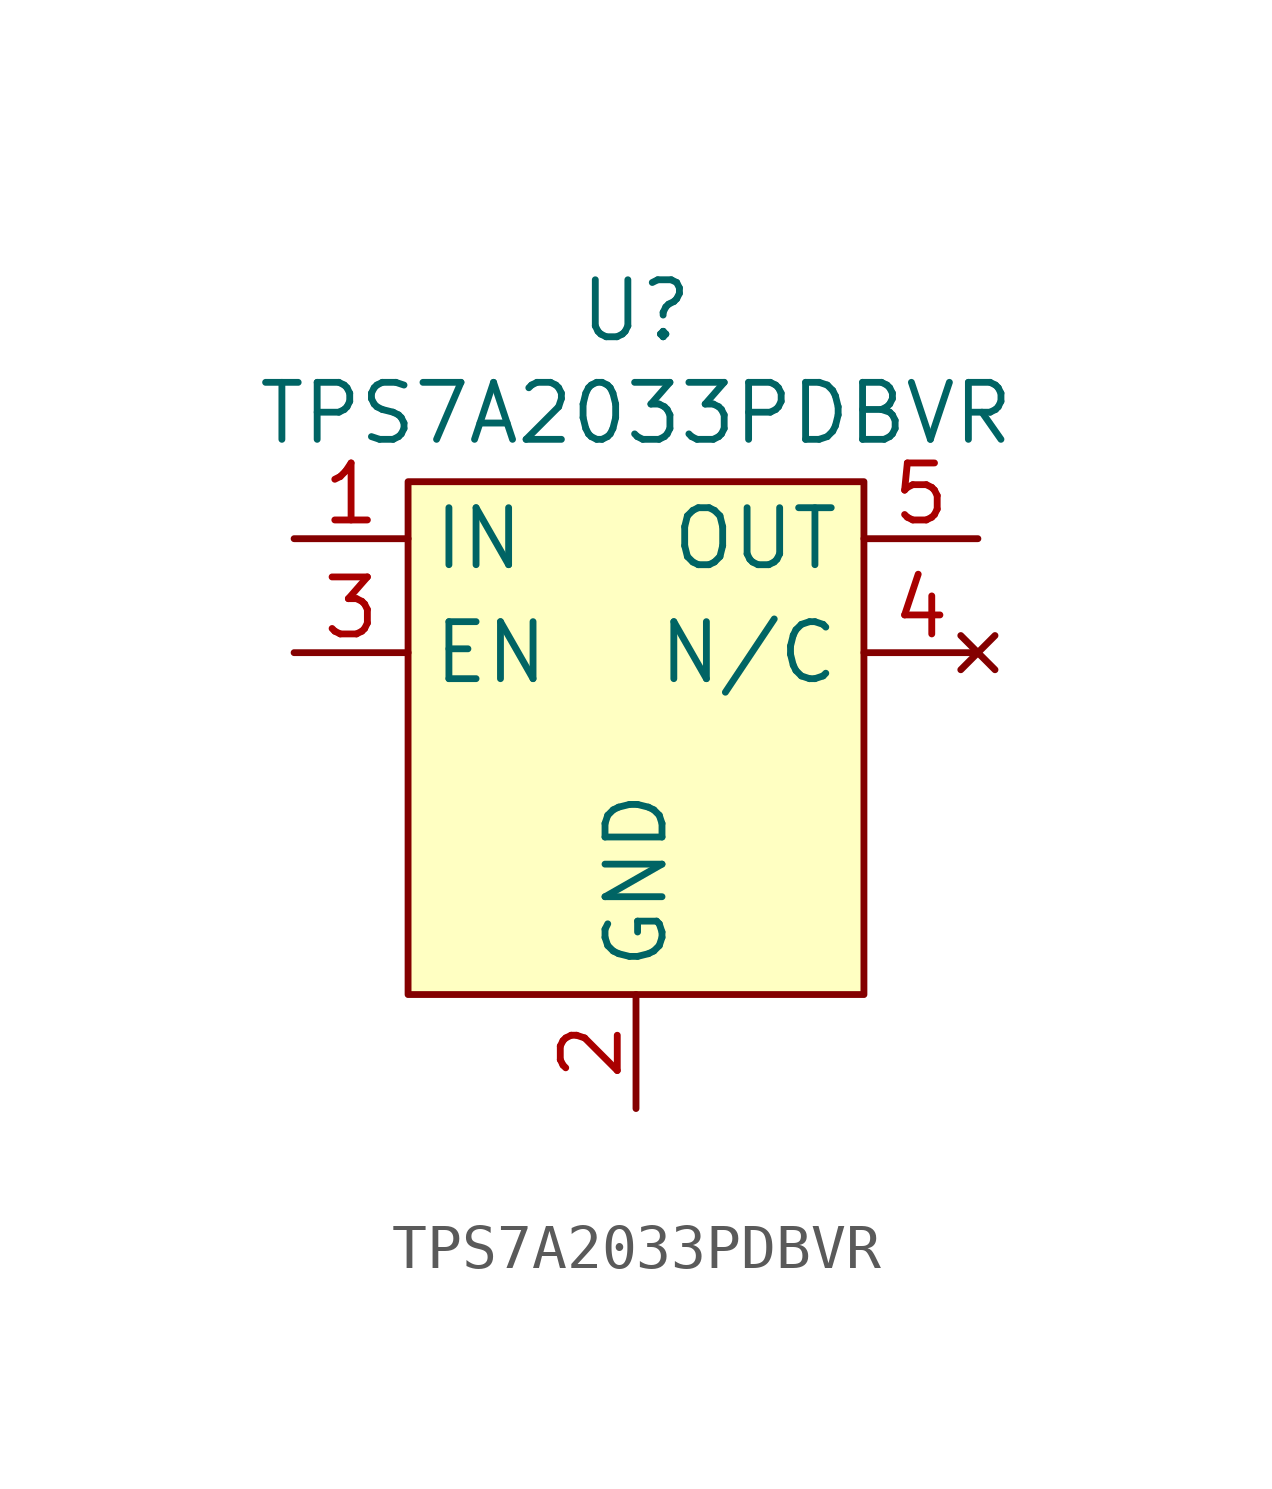
<source format=kicad_sym>
(kicad_symbol_lib
  (version 20241209)
  (generator "kicad_symbol_editor")
  (generator_version "9.0")
  (symbol "TPS7A2033PDBVR"
    (property "Reference" "U"
      (at 0 5.08 0)
      (effects (font (size 1.27 1.27))))
    (property "Value" "TPS7A2033PDBVR"
      (at 0 2.794 0)
      (effects (font (size 1.27 1.27))))
    (symbol "TPS7A2033PDBVR_1_1"
      (rectangle (start -5.08 1.27) (end 5.08 -10.16) (stroke (width 0) (type solid)) (fill (type background)))
      (pin power_in line (at -7.62 0 0) (length 2.54) (name "IN" (effects (font (size 1.27 1.27)))) (number "1" (effects (font (size 1.27 1.27)))))
      (pin input line (at -7.62 -2.54 0) (length 2.54) (name "EN" (effects (font (size 1.27 1.27)))) (number "3" (effects (font (size 1.27 1.27)))))
      (pin power_in line (at 0 -12.7 90) (length 2.54) (name "GND" (effects (font (size 1.27 1.27)))) (number "2" (effects (font (size 1.27 1.27)))))
      (pin power_out line (at 7.62 0 180) (length 2.54) (name "OUT" (effects (font (size 1.27 1.27)))) (number "5" (effects (font (size 1.27 1.27)))))
      (pin no_connect line (at 7.62 -2.54 180) (length 2.54) (name "N/C" (effects (font (size 1.27 1.27)))) (number "4" (effects (font (size 1.27 1.27))))))))
</source>
